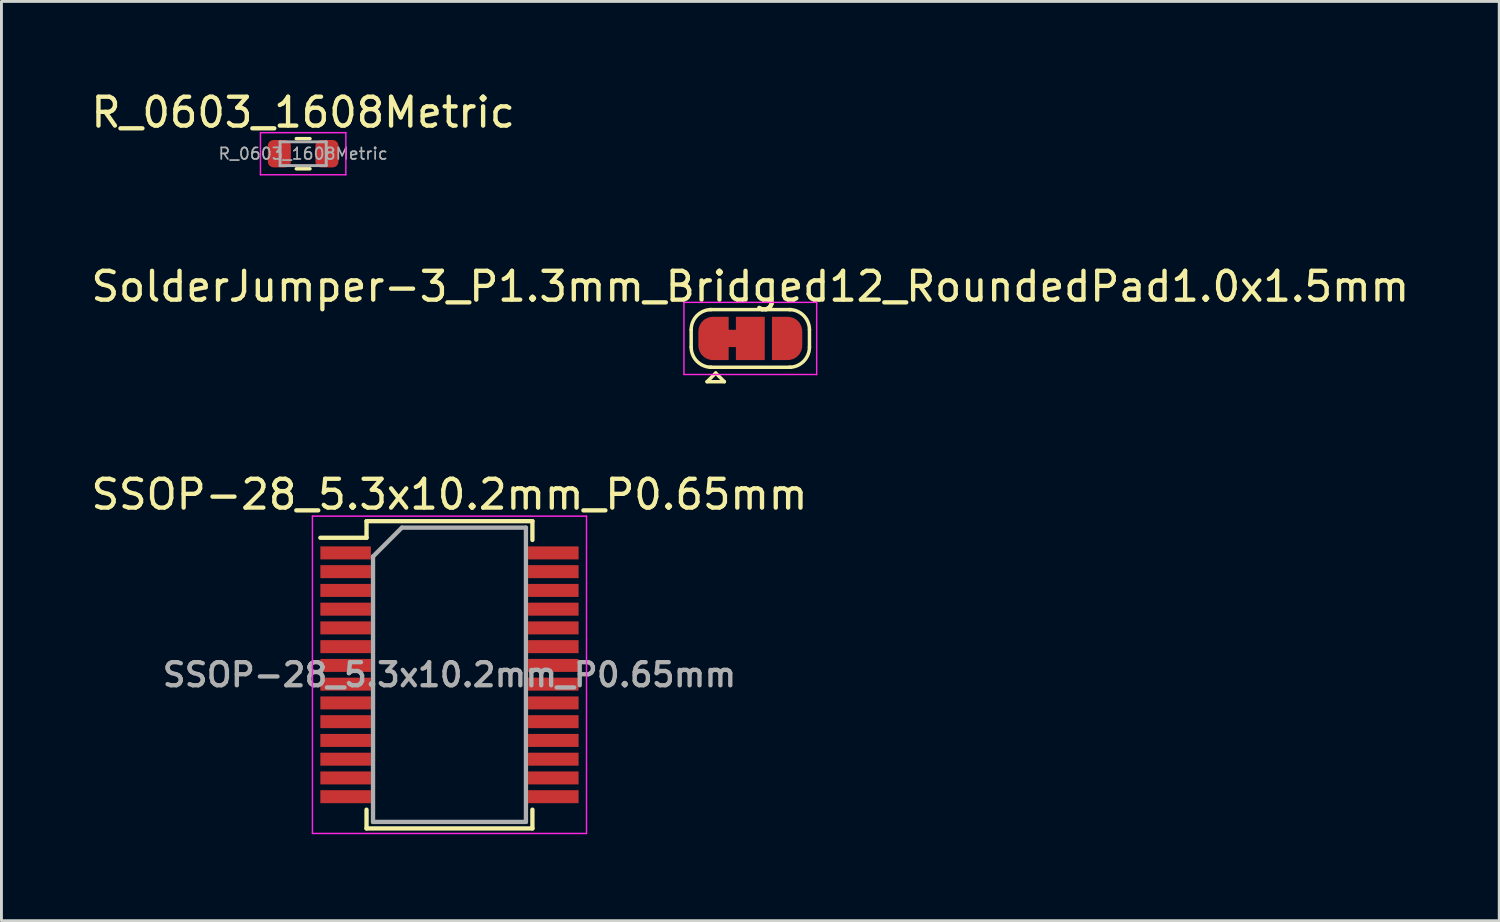
<source format=kicad_pcb>
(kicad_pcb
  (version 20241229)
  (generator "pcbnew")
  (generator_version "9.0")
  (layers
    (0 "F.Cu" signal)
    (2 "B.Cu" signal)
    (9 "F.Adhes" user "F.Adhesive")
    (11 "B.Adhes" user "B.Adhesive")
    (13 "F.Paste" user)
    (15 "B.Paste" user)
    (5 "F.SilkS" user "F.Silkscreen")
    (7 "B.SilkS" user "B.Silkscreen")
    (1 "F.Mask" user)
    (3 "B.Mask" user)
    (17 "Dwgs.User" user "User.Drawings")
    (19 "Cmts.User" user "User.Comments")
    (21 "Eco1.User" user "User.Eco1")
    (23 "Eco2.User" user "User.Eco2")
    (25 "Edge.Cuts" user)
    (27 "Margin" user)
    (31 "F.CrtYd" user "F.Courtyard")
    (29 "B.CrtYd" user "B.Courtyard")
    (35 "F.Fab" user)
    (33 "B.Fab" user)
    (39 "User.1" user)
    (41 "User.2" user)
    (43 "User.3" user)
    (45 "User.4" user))
  (footprint "SSOP-28_5.3x10.2mm_P0.65mm"
    (layer "F.Cu")
    (at 12.53 20.34)
    (property "Reference" "SSOP-28_5.3x10.2mm_P0.65mm" (at 0 -6.25 0) (layer "F.SilkS") (effects (font (size 1 1) (thickness 0.15))))
    (attr smd)
    (fp_line (start -2.875 -5.325) (end -2.875 -4.75) (stroke (width 0.15) (type solid)) (layer "F.SilkS"))
    (fp_line (start -2.875 -5.325) (end 2.875 -5.325) (stroke (width 0.15) (type solid)) (layer "F.SilkS"))
    (fp_line (start -2.875 -4.75) (end -4.475 -4.75) (stroke (width 0.15) (type solid)) (layer "F.SilkS"))
    (fp_line (start -2.875 5.325) (end -2.875 4.675) (stroke (width 0.15) (type solid)) (layer "F.SilkS"))
    (fp_line (start -2.875 5.325) (end 2.875 5.325) (stroke (width 0.15) (type solid)) (layer "F.SilkS"))
    (fp_line (start 2.875 -5.325) (end 2.875 -4.675) (stroke (width 0.15) (type solid)) (layer "F.SilkS"))
    (fp_line (start 2.875 5.325) (end 2.875 4.675) (stroke (width 0.15) (type solid)) (layer "F.SilkS"))
    (fp_line (start -4.75 -5.5) (end -4.75 5.5) (stroke (width 0.05) (type solid)) (layer "F.CrtYd"))
    (fp_line (start -4.75 -5.5) (end 4.75 -5.5) (stroke (width 0.05) (type solid)) (layer "F.CrtYd"))
    (fp_line (start -4.75 5.5) (end 4.75 5.5) (stroke (width 0.05) (type solid)) (layer "F.CrtYd"))
    (fp_line (start 4.75 -5.5) (end 4.75 5.5) (stroke (width 0.05) (type solid)) (layer "F.CrtYd"))
    (fp_line (start -2.65 -4.1) (end -1.65 -5.1) (stroke (width 0.15) (type solid)) (layer "F.Fab"))
    (fp_line (start -2.65 5.1) (end -2.65 -4.1) (stroke (width 0.15) (type solid)) (layer "F.Fab"))
    (fp_line (start -1.65 -5.1) (end 2.65 -5.1) (stroke (width 0.15) (type solid)) (layer "F.Fab"))
    (fp_line (start 2.65 -5.1) (end 2.65 5.1) (stroke (width 0.15) (type solid)) (layer "F.Fab"))
    (fp_line (start 2.65 5.1) (end -2.65 5.1) (stroke (width 0.15) (type solid)) (layer "F.Fab"))
    (fp_text user "${REFERENCE}" (at 0 0 0) (layer "F.Fab") (effects (font (size 0.8 0.8) (thickness 0.15))))
    (pad "1" smd rect (at -3.6 -4.225) (size 1.75 0.45) (layers "F.Cu" "F.Mask" "F.Paste"))
    (pad "2" smd rect (at -3.6 -3.575) (size 1.75 0.45) (layers "F.Cu" "F.Mask" "F.Paste"))
    (pad "3" smd rect (at -3.6 -2.925) (size 1.75 0.45) (layers "F.Cu" "F.Mask" "F.Paste"))
    (pad "4" smd rect (at -3.6 -2.275) (size 1.75 0.45) (layers "F.Cu" "F.Mask" "F.Paste"))
    (pad "5" smd rect (at -3.6 -1.625) (size 1.75 0.45) (layers "F.Cu" "F.Mask" "F.Paste"))
    (pad "6" smd rect (at -3.6 -0.975) (size 1.75 0.45) (layers "F.Cu" "F.Mask" "F.Paste"))
    (pad "7" smd rect (at -3.6 -0.325) (size 1.75 0.45) (layers "F.Cu" "F.Mask" "F.Paste"))
    (pad "8" smd rect (at -3.6 0.325) (size 1.75 0.45) (layers "F.Cu" "F.Mask" "F.Paste"))
    (pad "9" smd rect (at -3.6 0.975) (size 1.75 0.45) (layers "F.Cu" "F.Mask" "F.Paste"))
    (pad "10" smd rect (at -3.6 1.625) (size 1.75 0.45) (layers "F.Cu" "F.Mask" "F.Paste"))
    (pad "11" smd rect (at -3.6 2.275) (size 1.75 0.45) (layers "F.Cu" "F.Mask" "F.Paste"))
    (pad "12" smd rect (at -3.6 2.925) (size 1.75 0.45) (layers "F.Cu" "F.Mask" "F.Paste"))
    (pad "13" smd rect (at -3.6 3.575) (size 1.75 0.45) (layers "F.Cu" "F.Mask" "F.Paste"))
    (pad "14" smd rect (at -3.6 4.225) (size 1.75 0.45) (layers "F.Cu" "F.Mask" "F.Paste"))
    (pad "15" smd rect (at 3.6 4.225) (size 1.75 0.45) (layers "F.Cu" "F.Mask" "F.Paste"))
    (pad "16" smd rect (at 3.6 3.575) (size 1.75 0.45) (layers "F.Cu" "F.Mask" "F.Paste"))
    (pad "17" smd rect (at 3.6 2.925) (size 1.75 0.45) (layers "F.Cu" "F.Mask" "F.Paste"))
    (pad "18" smd rect (at 3.6 2.275) (size 1.75 0.45) (layers "F.Cu" "F.Mask" "F.Paste"))
    (pad "19" smd rect (at 3.6 1.625) (size 1.75 0.45) (layers "F.Cu" "F.Mask" "F.Paste"))
    (pad "20" smd rect (at 3.6 0.975) (size 1.75 0.45) (layers "F.Cu" "F.Mask" "F.Paste"))
    (pad "21" smd rect (at 3.6 0.325) (size 1.75 0.45) (layers "F.Cu" "F.Mask" "F.Paste"))
    (pad "22" smd rect (at 3.6 -0.325) (size 1.75 0.45) (layers "F.Cu" "F.Mask" "F.Paste"))
    (pad "23" smd rect (at 3.6 -0.975) (size 1.75 0.45) (layers "F.Cu" "F.Mask" "F.Paste"))
    (pad "24" smd rect (at 3.6 -1.625) (size 1.75 0.45) (layers "F.Cu" "F.Mask" "F.Paste"))
    (pad "25" smd rect (at 3.6 -2.275) (size 1.75 0.45) (layers "F.Cu" "F.Mask" "F.Paste"))
    (pad "26" smd rect (at 3.6 -2.925) (size 1.75 0.45) (layers "F.Cu" "F.Mask" "F.Paste"))
    (pad "27" smd rect (at 3.6 -3.575) (size 1.75 0.45) (layers "F.Cu" "F.Mask" "F.Paste"))
    (pad "28" smd rect (at 3.6 -4.225) (size 1.75 0.45) (layers "F.Cu" "F.Mask" "F.Paste")))
  (footprint "SolderJumper-3_P1.3mm_Bridged12_RoundedPad1.0x1.5mm"
    (layer "F.Cu")
    (at 22.958 8.681)
    (property "Reference" "SolderJumper-3_P1.3mm_Bridged12_RoundedPad1.0x1.5mm" (at 0 -1.8 0) (layer "F.SilkS") (effects (font (size 1 1) (thickness 0.15))))
    (attr exclude_from_pos_files)
    (fp_poly (pts (xy -0.9 -0.3) (xy -0.4 -0.3) (xy -0.4 0.3) (xy -0.9 0.3)) (stroke (width 0) (type solid)) (fill yes) (layer "F.Cu"))
    (fp_line (start -2.05 0.3) (end -2.05 -0.3) (stroke (width 0.12) (type solid)) (layer "F.SilkS"))
    (fp_line (start -1.5 1.5) (end -0.9 1.5) (stroke (width 0.12) (type solid)) (layer "F.SilkS"))
    (fp_line (start -1.4 -1) (end 1.4 -1) (stroke (width 0.12) (type solid)) (layer "F.SilkS"))
    (fp_line (start -1.2 1.2) (end -1.5 1.5) (stroke (width 0.12) (type solid)) (layer "F.SilkS"))
    (fp_line (start -1.2 1.2) (end -0.9 1.5) (stroke (width 0.12) (type solid)) (layer "F.SilkS"))
    (fp_line (start 1.4 1) (end -1.4 1) (stroke (width 0.12) (type solid)) (layer "F.SilkS"))
    (fp_line (start 2.05 -0.3) (end 2.05 0.3) (stroke (width 0.12) (type solid)) (layer "F.SilkS"))
    (fp_arc (start -2.05 -0.3) (mid -1.844975 -0.794975) (end -1.35 -1) (stroke (width 0.12) (type solid)) (layer "F.SilkS"))
    (fp_arc (start -1.35 1) (mid -1.844975 0.794975) (end -2.05 0.3) (stroke (width 0.12) (type solid)) (layer "F.SilkS"))
    (fp_arc (start 1.35 -1) (mid 1.844975 -0.794975) (end 2.05 -0.3) (stroke (width 0.12) (type solid)) (layer "F.SilkS"))
    (fp_arc (start 2.05 0.3) (mid 1.844975 0.794975) (end 1.35 1) (stroke (width 0.12) (type solid)) (layer "F.SilkS"))
    (fp_line (start -2.3 -1.25) (end -2.3 1.25) (stroke (width 0.05) (type solid)) (layer "F.CrtYd"))
    (fp_line (start -2.3 -1.25) (end 2.3 -1.25) (stroke (width 0.05) (type solid)) (layer "F.CrtYd"))
    (fp_line (start 2.3 1.25) (end -2.3 1.25) (stroke (width 0.05) (type solid)) (layer "F.CrtYd"))
    (fp_line (start 2.3 1.25) (end 2.3 -1.25) (stroke (width 0.05) (type solid)) (layer "F.CrtYd"))
    (pad "1" smd custom (at -1.3 0) (size 1 0.5) (layers "F.Cu" "F.Mask") (options (anchor rect)) (primitives (gr_circle (center 0 0.25) (end 0.5 0.25) (width 0) (fill yes)) (gr_circle (center 0 -0.25) (end 0.5 -0.25) (width 0) (fill yes)) (gr_poly (pts (xy 0.55 -0.75) (xy 0 -0.75) (xy 0 0.75) (xy 0.55 0.75)) (width 0) (fill yes))))
    (pad "2" smd rect (at 0 0) (size 1 1.5) (layers "F.Cu" "F.Mask"))
    (pad "3" smd custom (at 1.3 0) (size 1 0.5) (layers "F.Cu" "F.Mask") (options (anchor rect)) (primitives (gr_circle (center 0 0.25) (end 0.5 0.25) (width 0) (fill yes)) (gr_circle (center 0 -0.25) (end 0.5 -0.25) (width 0) (fill yes)) (gr_poly (pts (xy -0.55 -0.75) (xy 0 -0.75) (xy 0 0.75) (xy -0.55 0.75)) (width 0) (fill yes)))))
  (footprint "R_0603_1608Metric"
    (layer "F.Cu")
    (at 7.458 2.278)
    (property "Reference" "R_0603_1608Metric" (at 0 -1.43 0) (layer "F.SilkS") (effects (font (size 1 1) (thickness 0.15))))
    (attr smd)
    (fp_line (start -0.237 -0.522) (end 0.237 -0.522) (stroke (width 0.12) (type solid)) (layer "F.SilkS"))
    (fp_line (start -0.237 0.522) (end 0.237 0.522) (stroke (width 0.12) (type solid)) (layer "F.SilkS"))
    (fp_line (start -1.48 -0.73) (end 1.48 -0.73) (stroke (width 0.05) (type solid)) (layer "F.CrtYd"))
    (fp_line (start -1.48 0.73) (end -1.48 -0.73) (stroke (width 0.05) (type solid)) (layer "F.CrtYd"))
    (fp_line (start 1.48 -0.73) (end 1.48 0.73) (stroke (width 0.05) (type solid)) (layer "F.CrtYd"))
    (fp_line (start 1.48 0.73) (end -1.48 0.73) (stroke (width 0.05) (type solid)) (layer "F.CrtYd"))
    (fp_line (start -0.8 -0.412) (end 0.8 -0.412) (stroke (width 0.1) (type solid)) (layer "F.Fab"))
    (fp_line (start -0.8 0.412) (end -0.8 -0.412) (stroke (width 0.1) (type solid)) (layer "F.Fab"))
    (fp_line (start 0.8 -0.412) (end 0.8 0.412) (stroke (width 0.1) (type solid)) (layer "F.Fab"))
    (fp_line (start 0.8 0.412) (end -0.8 0.412) (stroke (width 0.1) (type solid)) (layer "F.Fab"))
    (fp_text user "${REFERENCE}" (at 0 0 0) (layer "F.Fab") (effects (font (size 0.4 0.4) (thickness 0.06))))
    (pad "1" smd roundrect (at -0.825 0) (size 0.8 0.95) (layers "F.Cu" "F.Mask" "F.Paste") (roundrect_rratio 0.25))
    (pad "2" smd roundrect (at 0.825 0) (size 0.8 0.95) (layers "F.Cu" "F.Mask" "F.Paste") (roundrect_rratio 0.25)))
  (gr_rect
    (start -3 -3)
    (end 48.917 28.865)
    (stroke (width 0.1) (type default))
    (fill no)
    (layer "Edge.Cuts")))
</source>
